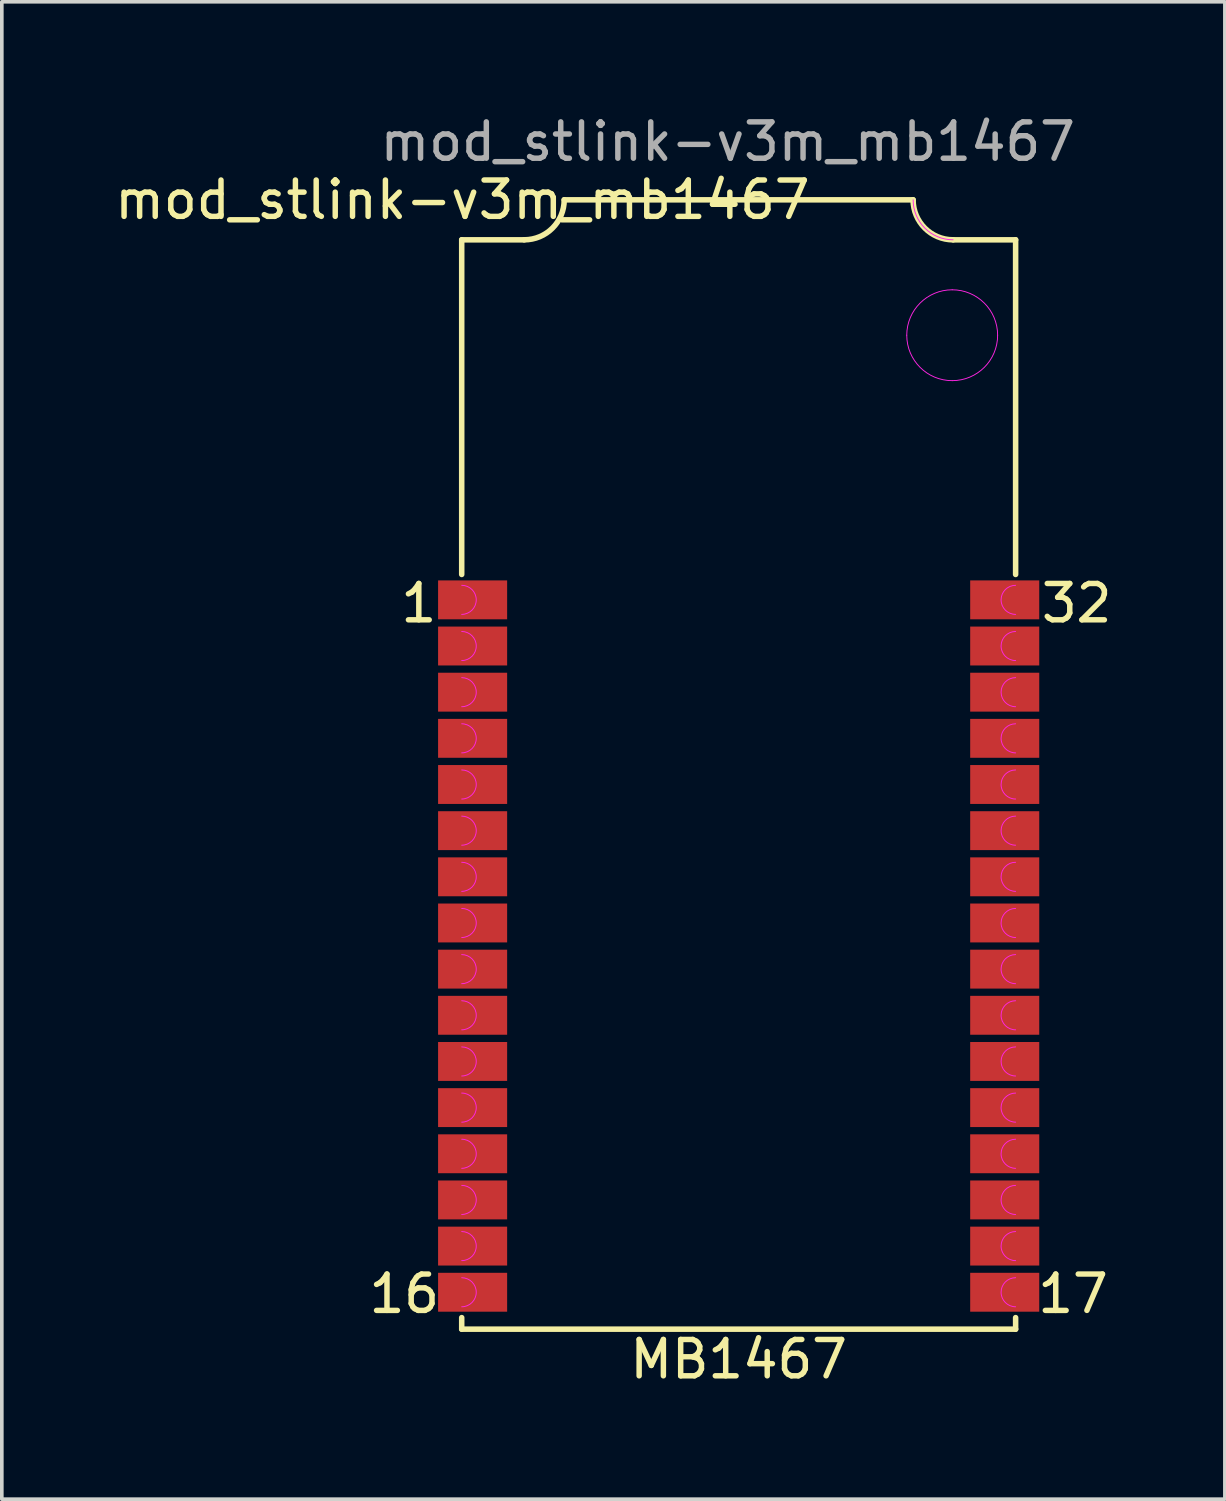
<source format=kicad_pcb>
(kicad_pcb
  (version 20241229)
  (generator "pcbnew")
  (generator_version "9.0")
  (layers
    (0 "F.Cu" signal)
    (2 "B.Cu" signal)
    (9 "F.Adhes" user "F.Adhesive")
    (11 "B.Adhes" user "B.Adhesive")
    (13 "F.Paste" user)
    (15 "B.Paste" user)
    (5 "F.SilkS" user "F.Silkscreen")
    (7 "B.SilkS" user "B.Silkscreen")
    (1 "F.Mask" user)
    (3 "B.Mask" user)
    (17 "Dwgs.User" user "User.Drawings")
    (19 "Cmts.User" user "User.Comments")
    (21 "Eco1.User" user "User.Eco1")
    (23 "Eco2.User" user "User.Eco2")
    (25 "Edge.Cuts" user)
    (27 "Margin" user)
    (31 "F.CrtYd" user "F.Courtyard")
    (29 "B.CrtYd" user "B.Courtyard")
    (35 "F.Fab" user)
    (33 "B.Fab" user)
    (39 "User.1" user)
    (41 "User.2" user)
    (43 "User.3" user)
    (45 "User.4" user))
  (footprint "mod_stlink-v3m_mb1467"
    (layer "F.Cu")
    (at 17.273 3.548)
    (property "Reference" "mod_stlink-v3m_mb1467" (at -7.6 -1.1 0) (unlocked yes) (layer "F.SilkS") (effects (font (size 1 1) (thickness 0.15))))
    (attr smd)
    (fp_line (start -7.62 0) (end -5.9 0) (stroke (width 0.152) (type solid)) (layer "F.SilkS"))
    (fp_line (start -7.62 9.207) (end -7.62 0) (stroke (width 0.152) (type solid)) (layer "F.SilkS"))
    (fp_line (start -7.62 29.972) (end -7.62 29.654) (stroke (width 0.152) (type solid)) (layer "F.SilkS"))
    (fp_line (start -7.62 29.972) (end 7.62 29.972) (stroke (width 0.152) (type solid)) (layer "F.SilkS"))
    (fp_line (start -4.8 -1.1) (end 4.8 -1.1) (stroke (width 0.152) (type solid)) (layer "F.SilkS"))
    (fp_line (start 5.9 0) (end 7.62 0) (stroke (width 0.152) (type solid)) (layer "F.SilkS"))
    (fp_line (start 7.62 9.207) (end 7.62 0) (stroke (width 0.152) (type solid)) (layer "F.SilkS"))
    (fp_line (start 7.62 29.972) (end 7.62 29.654) (stroke (width 0.152) (type solid)) (layer "F.SilkS"))
    (fp_arc (start -4.799838 -1.100074) (mid -5.122042 -0.322204) (end -5.899912 0) (stroke (width 0.1524) (type solid)) (layer "F.SilkS"))
    (fp_arc (start 5.899912 0) (mid 5.122042 -0.322204) (end 4.799838 -1.100074) (stroke (width 0.1524) (type solid)) (layer "F.SilkS"))
    (fp_arc (start -7.62 9.50595) (mid -7.21995 9.906) (end -7.62 10.30605) (stroke (width 0.0254) (type solid)) (layer "F.CrtYd"))
    (fp_arc (start -7.62 10.77595) (mid -7.21995 11.176) (end -7.62 11.57605) (stroke (width 0.0254) (type solid)) (layer "F.CrtYd"))
    (fp_arc (start -7.62 12.04595) (mid -7.21995 12.446) (end -7.62 12.84605) (stroke (width 0.0254) (type solid)) (layer "F.CrtYd"))
    (fp_arc (start -7.62 13.31595) (mid -7.21995 13.716) (end -7.62 14.11605) (stroke (width 0.0254) (type solid)) (layer "F.CrtYd"))
    (fp_arc (start -7.62 14.58595) (mid -7.21995 14.986) (end -7.62 15.38605) (stroke (width 0.0254) (type solid)) (layer "F.CrtYd"))
    (fp_arc (start -7.62 15.85595) (mid -7.21995 16.256) (end -7.62 16.65605) (stroke (width 0.0254) (type solid)) (layer "F.CrtYd"))
    (fp_arc (start -7.62 17.12595) (mid -7.21995 17.526) (end -7.62 17.92605) (stroke (width 0.0254) (type solid)) (layer "F.CrtYd"))
    (fp_arc (start -7.62 18.39595) (mid -7.21995 18.796) (end -7.62 19.19605) (stroke (width 0.0254) (type solid)) (layer "F.CrtYd"))
    (fp_arc (start -7.62 19.66595) (mid -7.21995 20.066) (end -7.62 20.46605) (stroke (width 0.0254) (type solid)) (layer "F.CrtYd"))
    (fp_arc (start -7.62 20.93595) (mid -7.21995 21.336) (end -7.62 21.73605) (stroke (width 0.0254) (type solid)) (layer "F.CrtYd"))
    (fp_arc (start -7.62 22.20595) (mid -7.21995 22.606) (end -7.62 23.00605) (stroke (width 0.0254) (type solid)) (layer "F.CrtYd"))
    (fp_arc (start -7.62 23.47595) (mid -7.21995 23.876) (end -7.62 24.27605) (stroke (width 0.0254) (type solid)) (layer "F.CrtYd"))
    (fp_arc (start -7.62 24.74595) (mid -7.21995 25.146) (end -7.62 25.54605) (stroke (width 0.0254) (type solid)) (layer "F.CrtYd"))
    (fp_arc (start -7.62 26.01595) (mid -7.21995 26.416) (end -7.62 26.81605) (stroke (width 0.0254) (type solid)) (layer "F.CrtYd"))
    (fp_arc (start -7.62 27.28595) (mid -7.21995 27.686) (end -7.62 28.08605) (stroke (width 0.0254) (type solid)) (layer "F.CrtYd"))
    (fp_arc (start -7.62 28.55595) (mid -7.21995 28.956) (end -7.62 29.35605) (stroke (width 0.0254) (type solid)) (layer "F.CrtYd"))
    (fp_arc (start 4.624832 2.62509) (mid 4.991054 1.741199) (end 5.87502 1.375156) (stroke (width 0.0254) (type solid)) (layer "F.CrtYd"))
    (fp_arc (start 5.87502 3.875024) (mid 4.991055 3.508981) (end 4.624832 2.62509) (stroke (width 0.0254) (type solid)) (layer "F.CrtYd"))
    (fp_arc (start 5.875021 1.375156) (mid 6.758859 1.741253) (end 7.124954 2.625091) (stroke (width 0.0254) (type solid)) (layer "F.CrtYd"))
    (fp_arc (start 5.899912 0) (mid 5.122214 -0.322212) (end 4.800092 -1.099947) (stroke (width 0.0254) (type solid)) (layer "F.CrtYd"))
    (fp_arc (start 7.124954 2.62509) (mid 6.758858 3.508927) (end 5.87502 3.875024) (stroke (width 0.0254) (type solid)) (layer "F.CrtYd"))
    (fp_arc (start 7.62 10.30605) (mid 7.21995 9.906) (end 7.62 9.50595) (stroke (width 0.0254) (type solid)) (layer "F.CrtYd"))
    (fp_arc (start 7.62 11.57605) (mid 7.21995 11.176) (end 7.62 10.77595) (stroke (width 0.0254) (type solid)) (layer "F.CrtYd"))
    (fp_arc (start 7.62 12.84605) (mid 7.21995 12.446) (end 7.62 12.04595) (stroke (width 0.0254) (type solid)) (layer "F.CrtYd"))
    (fp_arc (start 7.62 14.11605) (mid 7.21995 13.716) (end 7.62 13.31595) (stroke (width 0.0254) (type solid)) (layer "F.CrtYd"))
    (fp_arc (start 7.62 15.38605) (mid 7.21995 14.986) (end 7.62 14.58595) (stroke (width 0.0254) (type solid)) (layer "F.CrtYd"))
    (fp_arc (start 7.62 16.65605) (mid 7.21995 16.256) (end 7.62 15.85595) (stroke (width 0.0254) (type solid)) (layer "F.CrtYd"))
    (fp_arc (start 7.62 17.92605) (mid 7.21995 17.526) (end 7.62 17.12595) (stroke (width 0.0254) (type solid)) (layer "F.CrtYd"))
    (fp_arc (start 7.62 19.19605) (mid 7.21995 18.796) (end 7.62 18.39595) (stroke (width 0.0254) (type solid)) (layer "F.CrtYd"))
    (fp_arc (start 7.62 20.46605) (mid 7.21995 20.066) (end 7.62 19.66595) (stroke (width 0.0254) (type solid)) (layer "F.CrtYd"))
    (fp_arc (start 7.62 21.73605) (mid 7.21995 21.336) (end 7.62 20.93595) (stroke (width 0.0254) (type solid)) (layer "F.CrtYd"))
    (fp_arc (start 7.62 23.00605) (mid 7.21995 22.606) (end 7.62 22.20595) (stroke (width 0.0254) (type solid)) (layer "F.CrtYd"))
    (fp_arc (start 7.62 24.27605) (mid 7.21995 23.876) (end 7.62 23.47595) (stroke (width 0.0254) (type solid)) (layer "F.CrtYd"))
    (fp_arc (start 7.62 25.54605) (mid 7.21995 25.146) (end 7.62 24.74595) (stroke (width 0.0254) (type solid)) (layer "F.CrtYd"))
    (fp_arc (start 7.62 26.81605) (mid 7.21995 26.416) (end 7.62 26.01595) (stroke (width 0.0254) (type solid)) (layer "F.CrtYd"))
    (fp_arc (start 7.62 28.08605) (mid 7.21995 27.686) (end 7.62 27.28595) (stroke (width 0.0254) (type solid)) (layer "F.CrtYd"))
    (fp_arc (start 7.62 29.35605) (mid 7.21995 28.956) (end 7.62 28.55595) (stroke (width 0.0254) (type solid)) (layer "F.CrtYd"))
    (fp_text user "32" (at 9.3 10 0) (unlocked yes) (layer "F.SilkS") (effects (font (size 1 1) (thickness 0.15))))
    (fp_text user "MB1467" (at 0 30.8 0) (unlocked yes) (layer "F.SilkS") (effects (font (size 1 1) (thickness 0.15))))
    (fp_text user "17" (at 9.2 29 0) (unlocked yes) (layer "F.SilkS") (effects (font (size 1 1) (thickness 0.15))))
    (fp_text user "16" (at -9.2 29 0) (unlocked yes) (layer "F.SilkS") (effects (font (size 1 1) (thickness 0.15))))
    (fp_text user "1" (at -8.8 10 0) (unlocked yes) (layer "F.SilkS") (effects (font (size 1 1) (thickness 0.15))))
    (fp_text user "${REFERENCE}" (at -0.3 -2.7 0) (unlocked yes) (layer "F.Fab") (effects (font (size 1 1) (thickness 0.15))))
    (pad "1" smd rect (at -7.32 9.906) (size 1.9 1.07) (layers "F.Cu" "F.Mask" "F.Paste"))
    (pad "2" smd rect (at -7.32 11.176) (size 1.9 1.07) (layers "F.Cu" "F.Mask" "F.Paste"))
    (pad "3" smd rect (at -7.32 12.446) (size 1.9 1.07) (layers "F.Cu" "F.Mask" "F.Paste"))
    (pad "4" smd rect (at -7.32 13.716) (size 1.9 1.07) (layers "F.Cu" "F.Mask" "F.Paste"))
    (pad "5" smd rect (at -7.32 14.986) (size 1.9 1.07) (layers "F.Cu" "F.Mask" "F.Paste"))
    (pad "6" smd rect (at -7.32 16.256) (size 1.9 1.07) (layers "F.Cu" "F.Mask" "F.Paste"))
    (pad "7" smd rect (at -7.32 17.526) (size 1.9 1.07) (layers "F.Cu" "F.Mask" "F.Paste"))
    (pad "8" smd rect (at -7.32 18.796) (size 1.9 1.07) (layers "F.Cu" "F.Mask" "F.Paste"))
    (pad "9" smd rect (at -7.32 20.066) (size 1.9 1.07) (layers "F.Cu" "F.Mask" "F.Paste"))
    (pad "10" smd rect (at -7.32 21.336) (size 1.9 1.07) (layers "F.Cu" "F.Mask" "F.Paste"))
    (pad "11" smd rect (at -7.32 22.606) (size 1.9 1.07) (layers "F.Cu" "F.Mask" "F.Paste"))
    (pad "12" smd rect (at -7.32 23.876) (size 1.9 1.07) (layers "F.Cu" "F.Mask" "F.Paste"))
    (pad "13" smd rect (at -7.32 25.146) (size 1.9 1.07) (layers "F.Cu" "F.Mask" "F.Paste"))
    (pad "14" smd rect (at -7.32 26.416) (size 1.9 1.07) (layers "F.Cu" "F.Mask" "F.Paste"))
    (pad "15" smd rect (at -7.32 27.686) (size 1.9 1.07) (layers "F.Cu" "F.Mask" "F.Paste"))
    (pad "16" smd rect (at -7.32 28.956) (size 1.9 1.07) (layers "F.Cu" "F.Mask" "F.Paste"))
    (pad "17" smd rect (at 7.32 28.956) (size 1.9 1.07) (layers "F.Cu" "F.Mask" "F.Paste"))
    (pad "18" smd rect (at 7.32 27.686) (size 1.9 1.07) (layers "F.Cu" "F.Mask" "F.Paste"))
    (pad "19" smd rect (at 7.32 26.416) (size 1.9 1.07) (layers "F.Cu" "F.Mask" "F.Paste"))
    (pad "20" smd rect (at 7.32 25.146) (size 1.9 1.07) (layers "F.Cu" "F.Mask" "F.Paste"))
    (pad "21" smd rect (at 7.32 23.876) (size 1.9 1.07) (layers "F.Cu" "F.Mask" "F.Paste"))
    (pad "22" smd rect (at 7.32 22.606) (size 1.9 1.07) (layers "F.Cu" "F.Mask" "F.Paste"))
    (pad "23" smd rect (at 7.32 21.336) (size 1.9 1.07) (layers "F.Cu" "F.Mask" "F.Paste"))
    (pad "24" smd rect (at 7.32 20.066) (size 1.9 1.07) (layers "F.Cu" "F.Mask" "F.Paste"))
    (pad "25" smd rect (at 7.32 18.796) (size 1.9 1.07) (layers "F.Cu" "F.Mask" "F.Paste"))
    (pad "26" smd rect (at 7.32 17.526) (size 1.9 1.07) (layers "F.Cu" "F.Mask" "F.Paste"))
    (pad "27" smd rect (at 7.32 16.256) (size 1.9 1.07) (layers "F.Cu" "F.Mask" "F.Paste"))
    (pad "28" smd rect (at 7.32 14.986) (size 1.9 1.07) (layers "F.Cu" "F.Mask" "F.Paste"))
    (pad "29" smd rect (at 7.32 13.716) (size 1.9 1.07) (layers "F.Cu" "F.Mask" "F.Paste"))
    (pad "30" smd rect (at 7.32 12.446) (size 1.9 1.07) (layers "F.Cu" "F.Mask" "F.Paste"))
    (pad "31" smd rect (at 7.32 11.176) (size 1.9 1.07) (layers "F.Cu" "F.Mask" "F.Paste"))
    (pad "32" smd rect (at 7.32 9.906) (size 1.9 1.07) (layers "F.Cu" "F.Mask" "F.Paste")))
  (gr_rect
    (start -3 -3)
    (end 30.65 38.197)
    (stroke (width 0.1) (type default))
    (fill no)
    (layer "Edge.Cuts")))
</source>
